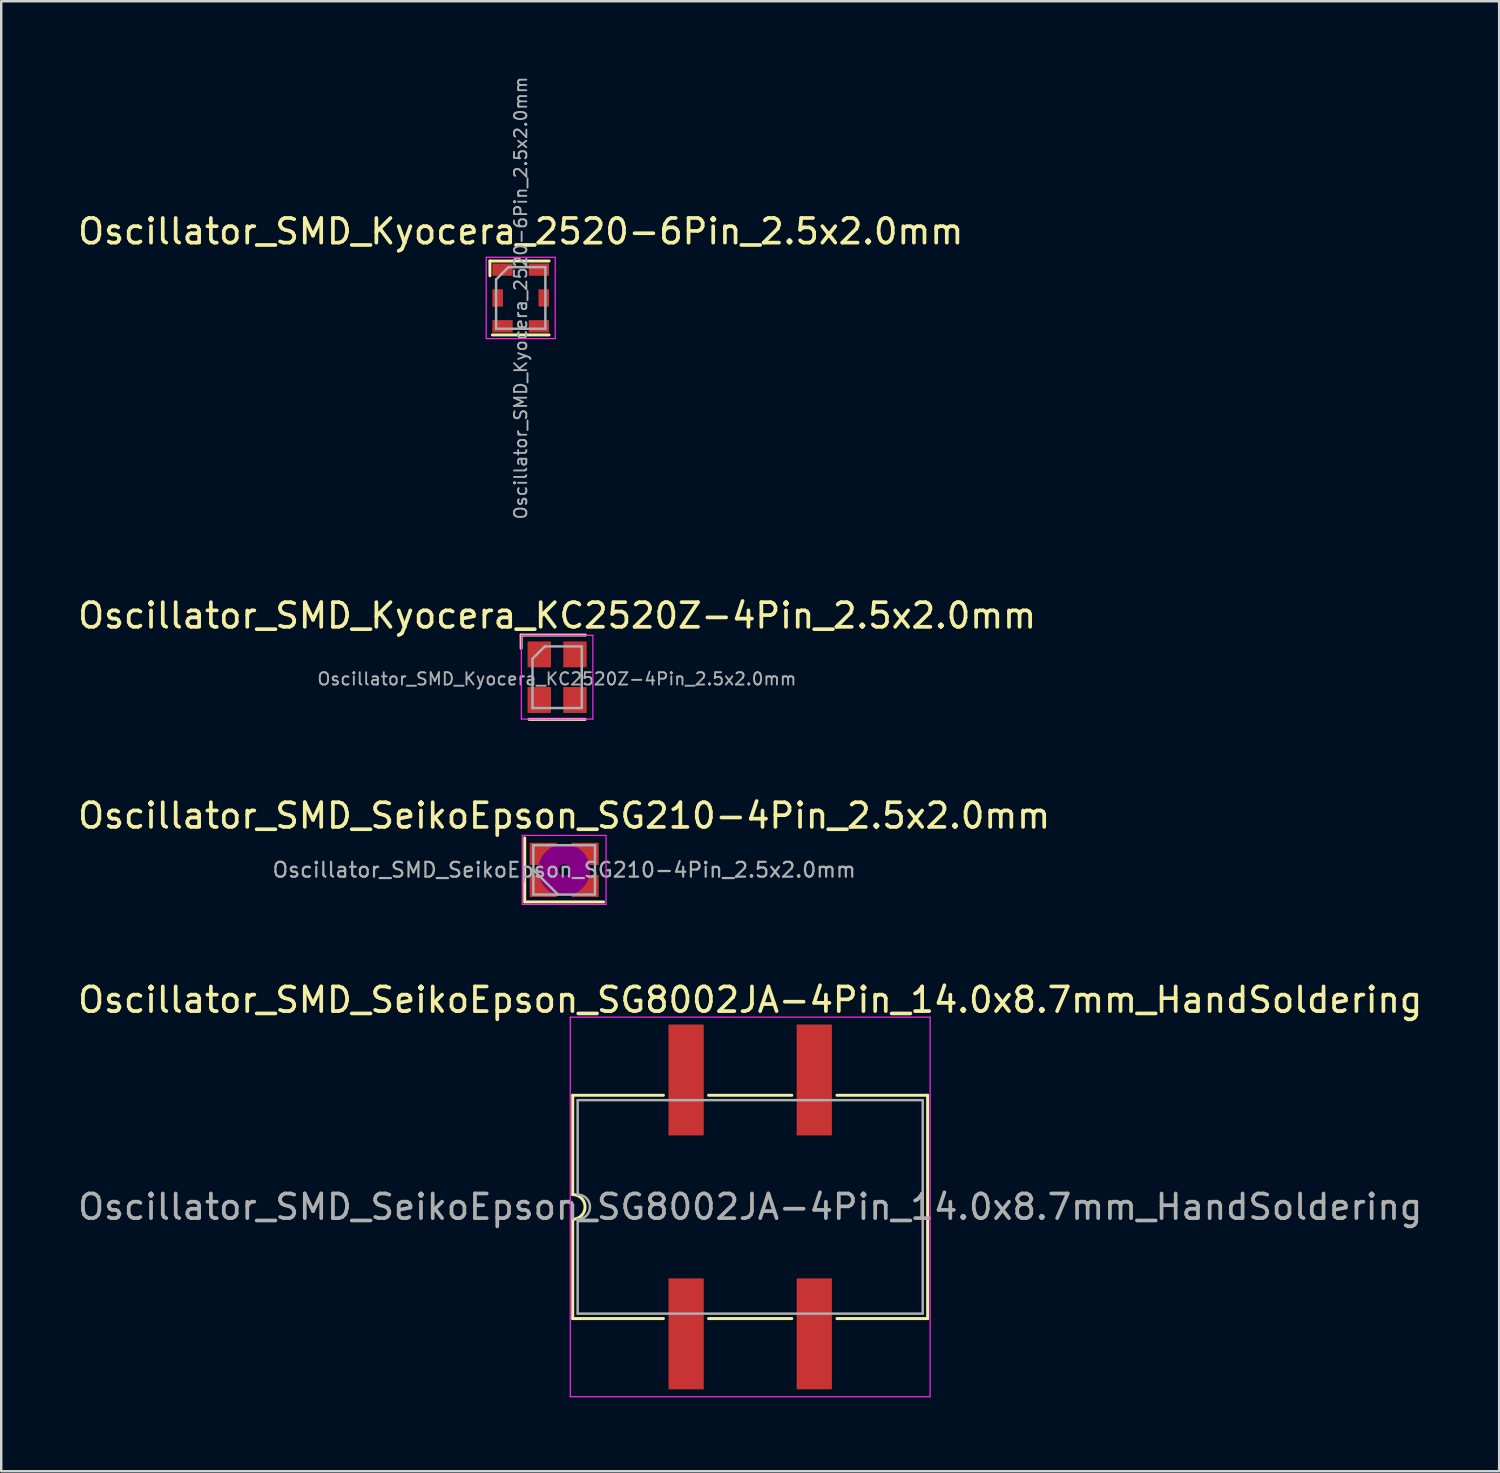
<source format=kicad_pcb>
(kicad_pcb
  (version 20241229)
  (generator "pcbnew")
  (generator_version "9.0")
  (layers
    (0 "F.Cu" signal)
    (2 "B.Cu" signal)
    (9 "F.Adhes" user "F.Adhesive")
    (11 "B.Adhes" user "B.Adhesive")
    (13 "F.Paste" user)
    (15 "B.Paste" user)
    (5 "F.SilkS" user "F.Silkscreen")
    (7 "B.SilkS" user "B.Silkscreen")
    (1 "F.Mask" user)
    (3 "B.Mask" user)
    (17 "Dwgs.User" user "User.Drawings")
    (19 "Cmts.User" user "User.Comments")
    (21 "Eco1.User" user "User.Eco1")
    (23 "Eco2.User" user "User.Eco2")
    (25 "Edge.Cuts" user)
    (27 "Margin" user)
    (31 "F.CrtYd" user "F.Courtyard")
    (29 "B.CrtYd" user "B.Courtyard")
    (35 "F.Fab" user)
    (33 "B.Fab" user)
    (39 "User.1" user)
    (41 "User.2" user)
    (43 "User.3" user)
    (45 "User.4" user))
  (footprint "Oscillator_SMD_Kyocera_2520-6Pin_2.5x2.0mm"
    (layer "F.Cu")
    (at 18.077 9.039)
    (property "Reference" "Oscillator_SMD_Kyocera_2520-6Pin_2.5x2.0mm" (at 0 -2.7 0) (layer "F.SilkS") (effects (font (size 1 1) (thickness 0.15))))
    (attr smd)
    (fp_line (start -1.25 -1.5) (end -1.25 -0.9) (stroke (width 0.12) (type solid)) (layer "F.SilkS"))
    (fp_line (start -1.15 1.5) (end 1.15 1.5) (stroke (width 0.12) (type solid)) (layer "F.SilkS"))
    (fp_line (start 1.15 -1.5) (end -1.25 -1.5) (stroke (width 0.12) (type solid)) (layer "F.SilkS"))
    (fp_line (start -1.4 -1.65) (end 1.4 -1.65) (stroke (width 0.05) (type solid)) (layer "F.CrtYd"))
    (fp_line (start -1.4 1.65) (end -1.4 -1.65) (stroke (width 0.05) (type solid)) (layer "F.CrtYd"))
    (fp_line (start 1.4 -1.65) (end 1.4 1.65) (stroke (width 0.05) (type solid)) (layer "F.CrtYd"))
    (fp_line (start 1.4 1.65) (end -1.4 1.65) (stroke (width 0.05) (type solid)) (layer "F.CrtYd"))
    (fp_line (start -1 -0.75) (end -0.5 -1.25) (stroke (width 0.1) (type solid)) (layer "F.Fab"))
    (fp_line (start -1 1.25) (end -1 -0.75) (stroke (width 0.1) (type solid)) (layer "F.Fab"))
    (fp_line (start -0.5 -1.25) (end 1 -1.25) (stroke (width 0.1) (type solid)) (layer "F.Fab"))
    (fp_line (start 1 -1.25) (end 1 1.25) (stroke (width 0.1) (type solid)) (layer "F.Fab"))
    (fp_line (start 1 1.25) (end -1 1.25) (stroke (width 0.1) (type solid)) (layer "F.Fab"))
    (fp_text user "${REFERENCE}" (at 0 0 90) (layer "F.Fab") (effects (font (size 0.5 0.5) (thickness 0.075))))
    (pad "1" smd rect (at -0.738 -1.15) (size 0.825 0.5) (layers "F.Cu" "F.Mask" "F.Paste"))
    (pad "2" smd rect (at -0.935 0) (size 0.43 0.7) (layers "F.Cu" "F.Mask" "F.Paste"))
    (pad "3" smd rect (at -0.738 1.15) (size 0.825 0.5) (layers "F.Cu" "F.Mask" "F.Paste"))
    (pad "4" smd rect (at 0.738 1.15) (size 0.825 0.5) (layers "F.Cu" "F.Mask" "F.Paste"))
    (pad "5" smd rect (at 0.935 0) (size 0.43 0.7) (layers "F.Cu" "F.Mask" "F.Paste"))
    (pad "6" smd rect (at 0.738 -1.15) (size 0.825 0.5) (layers "F.Cu" "F.Mask" "F.Paste")))
  (footprint "Oscillator_SMD_Kyocera_KC2520Z-4Pin_2.5x2.0mm"
    (layer "F.Cu")
    (at 19.554 24.426)
    (property "Reference" "Oscillator_SMD_Kyocera_KC2520Z-4Pin_2.5x2.0mm" (at 0 -2.5 0) (layer "F.SilkS") (effects (font (size 1 1) (thickness 0.15))))
    (attr smd)
    (fp_line (start -1.46 -1.71) (end 1.15 -1.71) (stroke (width 0.12) (type solid)) (layer "F.SilkS"))
    (fp_line (start -1.46 -1.17) (end -1.46 -1.71) (stroke (width 0.12) (type solid)) (layer "F.SilkS"))
    (fp_line (start 1.14 1.71) (end -1.14 1.71) (stroke (width 0.12) (type solid)) (layer "F.SilkS"))
    (fp_line (start -1.45 -1.7) (end 1.45 -1.7) (stroke (width 0.05) (type solid)) (layer "F.CrtYd"))
    (fp_line (start -1.45 1.7) (end -1.45 -1.7) (stroke (width 0.05) (type solid)) (layer "F.CrtYd"))
    (fp_line (start 1.45 -1.7) (end 1.45 1.7) (stroke (width 0.05) (type solid)) (layer "F.CrtYd"))
    (fp_line (start 1.45 1.7) (end -1.45 1.7) (stroke (width 0.05) (type solid)) (layer "F.CrtYd"))
    (fp_line (start -1 1.25) (end -1 -0.75) (stroke (width 0.1) (type solid)) (layer "F.Fab"))
    (fp_line (start -0.5 -1.25) (end -1 -0.75) (stroke (width 0.1) (type solid)) (layer "F.Fab"))
    (fp_line (start -0.5 -1.25) (end 1 -1.25) (stroke (width 0.1) (type solid)) (layer "F.Fab"))
    (fp_line (start 1 -1.25) (end 1 1.25) (stroke (width 0.1) (type solid)) (layer "F.Fab"))
    (fp_line (start 1 1.25) (end -1 1.25) (stroke (width 0.1) (type solid)) (layer "F.Fab"))
    (fp_text user "${REFERENCE}" (at -0.01 0.07 0) (layer "F.Fab") (effects (font (size 0.5 0.5) (thickness 0.075))))
    (pad "1" smd rect (at -0.725 -0.925) (size 0.95 1.05) (layers "F.Cu" "F.Mask" "F.Paste"))
    (pad "2" smd rect (at -0.725 0.925) (size 0.95 1.05) (layers "F.Cu" "F.Mask" "F.Paste"))
    (pad "3" smd rect (at 0.725 0.925) (size 0.95 1.05) (layers "F.Cu" "F.Mask" "F.Paste"))
    (pad "4" smd rect (at 0.725 -0.925) (size 0.95 1.05) (layers "F.Cu" "F.Mask" "F.Paste")))
  (footprint "Oscillator_SMD_SeikoEpson_SG210-4Pin_2.5x2.0mm"
    (layer "F.Cu")
    (at 19.839 32.244)
    (property "Reference" "Oscillator_SMD_SeikoEpson_SG210-4Pin_2.5x2.0mm" (at 0 -2.2 0) (layer "F.SilkS") (effects (font (size 1 1) (thickness 0.15))))
    (attr smd)
    (fp_line (start -1.6 -1.3) (end -1.6 1.3) (stroke (width 0.12) (type solid)) (layer "F.SilkS"))
    (fp_line (start -1.6 1.3) (end 1.6 1.3) (stroke (width 0.12) (type solid)) (layer "F.SilkS"))
    (fp_circle (center 0 0) (end 0.233 0) (stroke (width 0.467) (type solid)) (fill no) (layer "F.Adhes"))
    (fp_circle (center 0 0) (end 0.533 0) (stroke (width 0.333) (type solid)) (fill no) (layer "F.Adhes"))
    (fp_circle (center 0 0) (end 0.833 0) (stroke (width 0.333) (type solid)) (fill no) (layer "F.Adhes"))
    (fp_circle (center 0 0) (end 1 0) (stroke (width 0.1) (type solid)) (fill no) (layer "F.Adhes"))
    (fp_line (start -1.7 -1.4) (end -1.7 1.4) (stroke (width 0.05) (type solid)) (layer "F.CrtYd"))
    (fp_line (start -1.7 1.4) (end 1.7 1.4) (stroke (width 0.05) (type solid)) (layer "F.CrtYd"))
    (fp_line (start 1.7 -1.4) (end -1.7 -1.4) (stroke (width 0.05) (type solid)) (layer "F.CrtYd"))
    (fp_line (start 1.7 1.4) (end 1.7 -1.4) (stroke (width 0.05) (type solid)) (layer "F.CrtYd"))
    (fp_line (start -1.25 -1) (end -1.25 1) (stroke (width 0.1) (type solid)) (layer "F.Fab"))
    (fp_line (start -1.25 0) (end -0.25 1) (stroke (width 0.1) (type solid)) (layer "F.Fab"))
    (fp_line (start -1.25 1) (end 1.25 1) (stroke (width 0.1) (type solid)) (layer "F.Fab"))
    (fp_line (start 1.25 -1) (end -1.25 -1) (stroke (width 0.1) (type solid)) (layer "F.Fab"))
    (fp_line (start 1.25 1) (end 1.25 -1) (stroke (width 0.1) (type solid)) (layer "F.Fab"))
    (fp_text user "${REFERENCE}" (at 0 0 0) (layer "F.Fab") (effects (font (size 0.6 0.6) (thickness 0.09))))
    (pad "1" smd rect (at -0.85 0.65) (size 1.1 0.9) (layers "F.Cu" "F.Mask" "F.Paste"))
    (pad "2" smd rect (at 0.85 0.65) (size 1.1 0.9) (layers "F.Cu" "F.Mask" "F.Paste"))
    (pad "3" smd rect (at 0.85 -0.65) (size 1.1 0.9) (layers "F.Cu" "F.Mask" "F.Paste"))
    (pad "4" smd rect (at -0.85 -0.65) (size 1.1 0.9) (layers "F.Cu" "F.Mask" "F.Paste")))
  (footprint "Oscillator_SMD_SeikoEpson_SG8002JA-4Pin_14.0x8.7mm_HandSoldering"
    (layer "F.Cu")
    (at 27.387 45.917)
    (property "Reference" "Oscillator_SMD_SeikoEpson_SG8002JA-4Pin_14.0x8.7mm_HandSoldering" (at 0 -8.4 0) (layer "F.SilkS") (effects (font (size 1 1) (thickness 0.15))))
    (attr smd)
    (fp_line (start -7.2 -4.53) (end -3.52 -4.53) (stroke (width 0.12) (type solid)) (layer "F.SilkS"))
    (fp_line (start -7.2 -0.5) (end -7.2 -4.53) (stroke (width 0.12) (type solid)) (layer "F.SilkS"))
    (fp_line (start -7.2 4.53) (end -7.2 0.5) (stroke (width 0.12) (type solid)) (layer "F.SilkS"))
    (fp_line (start -7.2 4.53) (end -3.52 4.53) (stroke (width 0.12) (type solid)) (layer "F.SilkS"))
    (fp_line (start -1.69 -4.53) (end 1.69 -4.53) (stroke (width 0.12) (type solid)) (layer "F.SilkS"))
    (fp_line (start 1.69 4.53) (end -1.69 4.53) (stroke (width 0.12) (type solid)) (layer "F.SilkS"))
    (fp_line (start 3.52 -4.53) (end 7.2 -4.53) (stroke (width 0.12) (type solid)) (layer "F.SilkS"))
    (fp_line (start 7.2 -4.53) (end 7.2 4.53) (stroke (width 0.12) (type solid)) (layer "F.SilkS"))
    (fp_line (start 7.2 4.53) (end 3.52 4.53) (stroke (width 0.12) (type solid)) (layer "F.SilkS"))
    (fp_arc (start -7.2 -0.5) (mid -6.7 0) (end -7.2 0.5) (stroke (width 0.12) (type solid)) (layer "F.SilkS"))
    (fp_line (start -7.3 -7.7) (end -7.3 7.7) (stroke (width 0.05) (type solid)) (layer "F.CrtYd"))
    (fp_line (start -7.3 7.7) (end 7.3 7.7) (stroke (width 0.05) (type solid)) (layer "F.CrtYd"))
    (fp_line (start 7.3 -7.7) (end -7.3 -7.7) (stroke (width 0.05) (type solid)) (layer "F.CrtYd"))
    (fp_line (start 7.3 7.7) (end 7.3 -7.7) (stroke (width 0.05) (type solid)) (layer "F.CrtYd"))
    (fp_line (start -7 -4.33) (end 7 -4.33) (stroke (width 0.1) (type solid)) (layer "F.Fab"))
    (fp_line (start -7 -0.5) (end -7 -4.33) (stroke (width 0.1) (type solid)) (layer "F.Fab"))
    (fp_line (start -7 4.33) (end -7 0.5) (stroke (width 0.1) (type solid)) (layer "F.Fab"))
    (fp_line (start 7 -4.33) (end 7 4.33) (stroke (width 0.1) (type solid)) (layer "F.Fab"))
    (fp_line (start 7 4.33) (end -7 4.33) (stroke (width 0.1) (type solid)) (layer "F.Fab"))
    (fp_arc (start -7 -0.5) (mid -6.5 0) (end -7 0.5) (stroke (width 0.1) (type solid)) (layer "F.Fab"))
    (fp_text user "${REFERENCE}" (at 0 0 0) (layer "F.Fab") (effects (font (size 1 1) (thickness 0.15))))
    (pad "1" smd rect (at -2.6 5.15) (size 1.43 4.5) (layers "F.Cu" "F.Mask" "F.Paste"))
    (pad "2" smd rect (at 2.6 5.15) (size 1.43 4.5) (layers "F.Cu" "F.Mask" "F.Paste"))
    (pad "3" smd rect (at 2.6 -5.15) (size 1.43 4.5) (layers "F.Cu" "F.Mask" "F.Paste"))
    (pad "4" smd rect (at -2.6 -5.15) (size 1.43 4.5) (layers "F.Cu" "F.Mask" "F.Paste")))
  (gr_rect
    (start -3 -3)
    (end 57.774 56.642)
    (stroke (width 0.1) (type default))
    (fill no)
    (layer "Edge.Cuts")))
</source>
